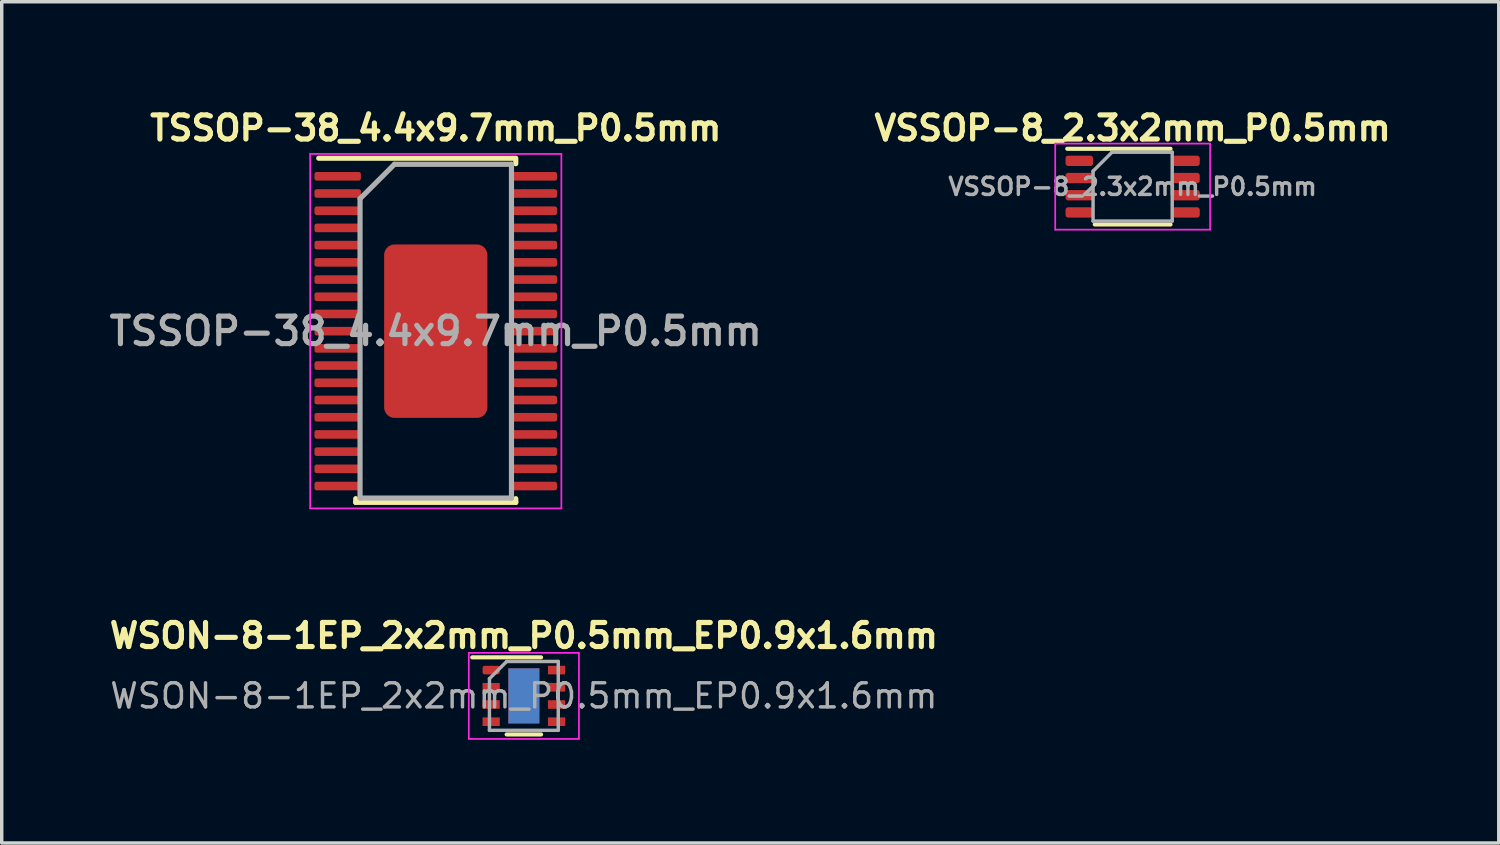
<source format=kicad_pcb>
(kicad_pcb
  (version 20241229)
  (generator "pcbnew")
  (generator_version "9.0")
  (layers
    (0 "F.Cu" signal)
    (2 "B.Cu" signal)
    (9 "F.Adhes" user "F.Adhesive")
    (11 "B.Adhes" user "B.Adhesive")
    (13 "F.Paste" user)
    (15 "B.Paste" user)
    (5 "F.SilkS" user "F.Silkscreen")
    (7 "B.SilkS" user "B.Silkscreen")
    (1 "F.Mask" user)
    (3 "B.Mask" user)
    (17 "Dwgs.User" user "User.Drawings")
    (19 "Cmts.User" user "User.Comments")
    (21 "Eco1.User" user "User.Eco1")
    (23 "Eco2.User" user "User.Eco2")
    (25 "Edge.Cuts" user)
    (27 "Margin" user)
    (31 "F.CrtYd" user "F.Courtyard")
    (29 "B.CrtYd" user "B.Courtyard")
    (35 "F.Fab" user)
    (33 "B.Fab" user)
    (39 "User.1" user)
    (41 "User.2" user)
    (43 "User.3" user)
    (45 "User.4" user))
  (footprint "WSON-8-1EP_2x2mm_P0.5mm_EP0.9x1.6mm"
    (layer "F.Cu")
    (at 12.172 17.171)
    (property "Reference" "WSON-8-1EP_2x2mm_P0.5mm_EP0.9x1.6mm" (at 0 -1.75 0) (layer "F.SilkS") (effects (font (size 0.7 0.7) (thickness 0.15))))
    (attr smd)
    (fp_line (start -1.5 -1.12) (end 0.5 -1.12) (stroke (width 0.12) (type solid)) (layer "F.SilkS"))
    (fp_line (start 0.5 1.12) (end -0.5 1.12) (stroke (width 0.12) (type solid)) (layer "F.SilkS"))
    (fp_line (start -1.6 -1.25) (end -1.6 1.25) (stroke (width 0.05) (type solid)) (layer "F.CrtYd"))
    (fp_line (start -1.6 -1.25) (end 1.6 -1.25) (stroke (width 0.05) (type solid)) (layer "F.CrtYd"))
    (fp_line (start -1.6 1.25) (end 1.6 1.25) (stroke (width 0.05) (type solid)) (layer "F.CrtYd"))
    (fp_line (start 1.6 -1.25) (end 1.6 1.25) (stroke (width 0.05) (type solid)) (layer "F.CrtYd"))
    (fp_line (start -1 1) (end -1 -0.5) (stroke (width 0.1) (type solid)) (layer "F.Fab"))
    (fp_line (start -0.5 -1) (end -1 -0.5) (stroke (width 0.1) (type solid)) (layer "F.Fab"))
    (fp_line (start -0.5 -1) (end 1 -1) (stroke (width 0.1) (type solid)) (layer "F.Fab"))
    (fp_line (start 1 -1) (end 1 1) (stroke (width 0.1) (type solid)) (layer "F.Fab"))
    (fp_line (start 1 1) (end -1 1) (stroke (width 0.1) (type solid)) (layer "F.Fab"))
    (fp_text user "${REFERENCE}" (at 0 0 0) (layer "F.Fab") (effects (font (size 0.7 0.7) (thickness 0.1))))
    (pad "" smd rect (at 0 -0.4) (size 0.75 0.65) (layers "F.Paste"))
    (pad "" smd rect (at 0 0.4) (size 0.75 0.65) (layers "F.Paste"))
    (pad "1" smd roundrect (at -0.95 -0.75) (size 0.5 0.25) (layers "F.Cu" "F.Mask" "F.Paste") (roundrect_rratio 0.25))
    (pad "2" smd rect (at -0.95 -0.25) (size 0.5 0.25) (layers "F.Cu" "F.Mask" "F.Paste"))
    (pad "3" smd rect (at -0.95 0.25) (size 0.5 0.25) (layers "F.Cu" "F.Mask" "F.Paste"))
    (pad "4" smd rect (at -0.95 0.75) (size 0.5 0.25) (layers "F.Cu" "F.Mask" "F.Paste"))
    (pad "5" smd rect (at 0.95 0.75) (size 0.5 0.25) (layers "F.Cu" "F.Mask" "F.Paste"))
    (pad "6" smd rect (at 0.95 0.25) (size 0.5 0.25) (layers "F.Cu" "F.Mask" "F.Paste"))
    (pad "7" smd rect (at 0.95 -0.25) (size 0.5 0.25) (layers "F.Cu" "F.Mask" "F.Paste"))
    (pad "8" smd rect (at 0.95 -0.75) (size 0.5 0.25) (layers "F.Cu" "F.Mask" "F.Paste"))
    (pad "9" smd rect (at 0 0) (size 0.9 1.6) (layers "F.Cu" "F.Mask"))
    (pad "9" smd rect (at 0 0) (size 0.9 1.6) (layers "B.Cu")))
  (footprint "VSSOP-8_2.3x2mm_P0.5mm"
    (layer "F.Cu")
    (at 29.862 2.373)
    (property "Reference" "VSSOP-8_2.3x2mm_P0.5mm" (at 0 -1.7 0) (layer "F.SilkS") (effects (font (size 0.7 0.7) (thickness 0.15))))
    (attr smd)
    (fp_line (start 1.1 -1.1) (end -1.9 -1.1) (stroke (width 0.12) (type solid)) (layer "F.SilkS"))
    (fp_line (start 1.1 1.1) (end -1.1 1.1) (stroke (width 0.12) (type solid)) (layer "F.SilkS"))
    (fp_line (start -2.25 -1.25) (end 2.25 -1.25) (stroke (width 0.05) (type solid)) (layer "F.CrtYd"))
    (fp_line (start -2.25 1.25) (end -2.25 -1.25) (stroke (width 0.05) (type solid)) (layer "F.CrtYd"))
    (fp_line (start 2.25 -1.25) (end 2.25 1.25) (stroke (width 0.05) (type solid)) (layer "F.CrtYd"))
    (fp_line (start 2.25 1.25) (end -2.25 1.25) (stroke (width 0.05) (type solid)) (layer "F.CrtYd"))
    (fp_line (start -1.15 1) (end -1.15 -0.45) (stroke (width 0.1) (type solid)) (layer "F.Fab"))
    (fp_line (start -0.6 -1) (end -1.15 -0.45) (stroke (width 0.1) (type solid)) (layer "F.Fab"))
    (fp_line (start -0.6 -1) (end 1.15 -1) (stroke (width 0.1) (type solid)) (layer "F.Fab"))
    (fp_line (start 1.15 -1) (end 1.15 1) (stroke (width 0.1) (type solid)) (layer "F.Fab"))
    (fp_line (start 1.15 1) (end -1.15 1) (stroke (width 0.1) (type solid)) (layer "F.Fab"))
    (fp_text user "${REFERENCE}" (at 0 0 0) (layer "F.Fab") (effects (font (size 0.5 0.5) (thickness 0.1))))
    (pad "1" smd roundrect (at -1.55 -0.75 270) (size 0.3 0.8) (layers "F.Cu" "F.Mask" "F.Paste") (roundrect_rratio 0.25))
    (pad "2" smd roundrect (at -1.55 -0.25 270) (size 0.3 0.8) (layers "F.Cu" "F.Mask" "F.Paste") (roundrect_rratio 0.25))
    (pad "3" smd roundrect (at -1.55 0.25 270) (size 0.3 0.8) (layers "F.Cu" "F.Mask" "F.Paste") (roundrect_rratio 0.25))
    (pad "4" smd roundrect (at -1.55 0.75 270) (size 0.3 0.8) (layers "F.Cu" "F.Mask" "F.Paste") (roundrect_rratio 0.25))
    (pad "5" smd roundrect (at 1.55 0.75 270) (size 0.3 0.8) (layers "F.Cu" "F.Mask" "F.Paste") (roundrect_rratio 0.25))
    (pad "6" smd roundrect (at 1.55 0.25 270) (size 0.3 0.8) (layers "F.Cu" "F.Mask" "F.Paste") (roundrect_rratio 0.25))
    (pad "7" smd roundrect (at 1.55 -0.25 270) (size 0.3 0.8) (layers "F.Cu" "F.Mask" "F.Paste") (roundrect_rratio 0.25))
    (pad "8" smd roundrect (at 1.55 -0.75 270) (size 0.3 0.8) (layers "F.Cu" "F.Mask" "F.Paste") (roundrect_rratio 0.25)))
  (footprint "TSSOP-38_4.4x9.7mm_P0.5mm"
    (layer "F.Cu")
    (at 9.612 6.573)
    (property "Reference" "TSSOP-38_4.4x9.7mm_P0.5mm" (at 0 -5.9 0) (layer "F.SilkS") (effects (font (size 0.7 0.7) (thickness 0.15))))
    (attr smd)
    (fp_line (start -3.4 -5.025) (end 2.325 -5.025) (stroke (width 0.15) (type solid)) (layer "F.SilkS"))
    (fp_line (start -2.325 4.975) (end -2.325 4.867) (stroke (width 0.15) (type solid)) (layer "F.SilkS"))
    (fp_line (start -2.325 4.975) (end 2.325 4.975) (stroke (width 0.15) (type solid)) (layer "F.SilkS"))
    (fp_line (start 2.325 -4.975) (end 2.325 -4.867) (stroke (width 0.15) (type solid)) (layer "F.SilkS"))
    (fp_line (start 2.325 4.975) (end 2.325 4.867) (stroke (width 0.15) (type solid)) (layer "F.SilkS"))
    (fp_poly (pts (xy -1.3 -1.2) (xy -0.9 -1.2) (xy -0.9 -1.9) (xy -1.3 -1.9)) (stroke (width 0.15) (type solid)) (fill yes) (layer "F.Paste"))
    (fp_poly (pts (xy -1.3 -0.2) (xy -0.9 -0.2) (xy -0.9 -0.9) (xy -1.3 -0.9)) (stroke (width 0.15) (type solid)) (fill yes) (layer "F.Paste"))
    (fp_poly (pts (xy -1.3 0.9) (xy -0.9 0.9) (xy -0.9 0.2) (xy -1.3 0.2)) (stroke (width 0.15) (type solid)) (fill yes) (layer "F.Paste"))
    (fp_poly (pts (xy -1.3 1.9) (xy -0.9 1.9) (xy -0.9 1.2) (xy -1.3 1.2)) (stroke (width 0.15) (type solid)) (fill yes) (layer "F.Paste"))
    (fp_poly (pts (xy -0.6 -1.2) (xy -0.2 -1.2) (xy -0.2 -1.9) (xy -0.6 -1.9)) (stroke (width 0.15) (type solid)) (fill yes) (layer "F.Paste"))
    (fp_poly (pts (xy -0.6 -0.2) (xy -0.2 -0.2) (xy -0.2 -0.9) (xy -0.6 -0.9)) (stroke (width 0.15) (type solid)) (fill yes) (layer "F.Paste"))
    (fp_poly (pts (xy -0.6 0.9) (xy -0.2 0.9) (xy -0.2 0.2) (xy -0.6 0.2)) (stroke (width 0.15) (type solid)) (fill yes) (layer "F.Paste"))
    (fp_poly (pts (xy -0.6 1.9) (xy -0.2 1.9) (xy -0.2 1.2) (xy -0.6 1.2)) (stroke (width 0.15) (type solid)) (fill yes) (layer "F.Paste"))
    (fp_poly (pts (xy 0.1 -1.2) (xy 0.5 -1.2) (xy 0.5 -1.9) (xy 0.1 -1.9)) (stroke (width 0.15) (type solid)) (fill yes) (layer "F.Paste"))
    (fp_poly (pts (xy 0.1 -0.2) (xy 0.5 -0.2) (xy 0.5 -0.9) (xy 0.1 -0.9)) (stroke (width 0.15) (type solid)) (fill yes) (layer "F.Paste"))
    (fp_poly (pts (xy 0.1 0.9) (xy 0.5 0.9) (xy 0.5 0.2) (xy 0.1 0.2)) (stroke (width 0.15) (type solid)) (fill yes) (layer "F.Paste"))
    (fp_poly (pts (xy 0.1 1.9) (xy 0.5 1.9) (xy 0.5 1.2) (xy 0.1 1.2)) (stroke (width 0.15) (type solid)) (fill yes) (layer "F.Paste"))
    (fp_poly (pts (xy 0.8 -1.2) (xy 1.2 -1.2) (xy 1.2 -1.9) (xy 0.8 -1.9)) (stroke (width 0.15) (type solid)) (fill yes) (layer "F.Paste"))
    (fp_poly (pts (xy 0.8 -0.2) (xy 1.2 -0.2) (xy 1.2 -0.9) (xy 0.8 -0.9)) (stroke (width 0.15) (type solid)) (fill yes) (layer "F.Paste"))
    (fp_poly (pts (xy 0.8 0.9) (xy 1.2 0.9) (xy 1.2 0.2) (xy 0.8 0.2)) (stroke (width 0.15) (type solid)) (fill yes) (layer "F.Paste"))
    (fp_poly (pts (xy 0.8 1.9) (xy 1.2 1.9) (xy 1.2 1.2) (xy 0.8 1.2)) (stroke (width 0.15) (type solid)) (fill yes) (layer "F.Paste"))
    (fp_line (start -3.65 -5.15) (end -3.65 5.15) (stroke (width 0.05) (type solid)) (layer "F.CrtYd"))
    (fp_line (start -3.65 -5.15) (end 3.65 -5.15) (stroke (width 0.05) (type solid)) (layer "F.CrtYd"))
    (fp_line (start -3.65 5.15) (end 3.65 5.15) (stroke (width 0.05) (type solid)) (layer "F.CrtYd"))
    (fp_line (start 3.65 -5.15) (end 3.65 5.15) (stroke (width 0.05) (type solid)) (layer "F.CrtYd"))
    (fp_line (start -2.2 -3.85) (end -1.2 -4.85) (stroke (width 0.15) (type solid)) (layer "F.Fab"))
    (fp_line (start -2.2 4.85) (end -2.2 -3.85) (stroke (width 0.15) (type solid)) (layer "F.Fab"))
    (fp_line (start -1.2 -4.85) (end 2.2 -4.85) (stroke (width 0.15) (type solid)) (layer "F.Fab"))
    (fp_line (start 2.2 -4.85) (end 2.2 4.85) (stroke (width 0.15) (type solid)) (layer "F.Fab"))
    (fp_line (start 2.2 4.85) (end -2.2 4.85) (stroke (width 0.15) (type solid)) (layer "F.Fab"))
    (fp_text user "${REFERENCE}" (at 0 0 0) (layer "F.Fab") (effects (font (size 0.8 0.8) (thickness 0.15))))
    (pad "1" smd roundrect (at -2.85 -4.5) (size 1.35 0.25) (layers "F.Cu" "F.Mask" "F.Paste") (roundrect_rratio 0.25))
    (pad "2" smd roundrect (at -2.85 -4) (size 1.35 0.25) (layers "F.Cu" "F.Mask" "F.Paste") (roundrect_rratio 0.25))
    (pad "3" smd roundrect (at -2.85 -3.5) (size 1.35 0.25) (layers "F.Cu" "F.Mask" "F.Paste") (roundrect_rratio 0.25))
    (pad "4" smd roundrect (at -2.85 -3) (size 1.35 0.25) (layers "F.Cu" "F.Mask" "F.Paste") (roundrect_rratio 0.25))
    (pad "5" smd roundrect (at -2.85 -2.5) (size 1.35 0.25) (layers "F.Cu" "F.Mask" "F.Paste") (roundrect_rratio 0.25))
    (pad "6" smd roundrect (at -2.85 -2) (size 1.35 0.25) (layers "F.Cu" "F.Mask" "F.Paste") (roundrect_rratio 0.25))
    (pad "7" smd roundrect (at -2.85 -1.5) (size 1.35 0.25) (layers "F.Cu" "F.Mask" "F.Paste") (roundrect_rratio 0.25))
    (pad "8" smd roundrect (at -2.85 -1) (size 1.35 0.25) (layers "F.Cu" "F.Mask" "F.Paste") (roundrect_rratio 0.25))
    (pad "9" smd roundrect (at -2.85 -0.5) (size 1.35 0.25) (layers "F.Cu" "F.Mask" "F.Paste") (roundrect_rratio 0.25))
    (pad "10" smd roundrect (at -2.85 0) (size 1.35 0.25) (layers "F.Cu" "F.Mask" "F.Paste") (roundrect_rratio 0.25))
    (pad "11" smd roundrect (at -2.85 0.5) (size 1.35 0.25) (layers "F.Cu" "F.Mask" "F.Paste") (roundrect_rratio 0.25))
    (pad "12" smd roundrect (at -2.85 1) (size 1.35 0.25) (layers "F.Cu" "F.Mask" "F.Paste") (roundrect_rratio 0.25))
    (pad "13" smd roundrect (at -2.85 1.5) (size 1.35 0.25) (layers "F.Cu" "F.Mask" "F.Paste") (roundrect_rratio 0.25))
    (pad "14" smd roundrect (at -2.85 2) (size 1.35 0.25) (layers "F.Cu" "F.Mask" "F.Paste") (roundrect_rratio 0.25))
    (pad "15" smd roundrect (at -2.85 2.5) (size 1.35 0.25) (layers "F.Cu" "F.Mask" "F.Paste") (roundrect_rratio 0.25))
    (pad "16" smd roundrect (at -2.85 3) (size 1.35 0.25) (layers "F.Cu" "F.Mask" "F.Paste") (roundrect_rratio 0.25))
    (pad "17" smd roundrect (at -2.85 3.5) (size 1.35 0.25) (layers "F.Cu" "F.Mask" "F.Paste") (roundrect_rratio 0.25))
    (pad "18" smd roundrect (at -2.85 4) (size 1.35 0.25) (layers "F.Cu" "F.Mask" "F.Paste") (roundrect_rratio 0.25))
    (pad "19" smd roundrect (at -2.85 4.5) (size 1.35 0.25) (layers "F.Cu" "F.Mask" "F.Paste") (roundrect_rratio 0.25))
    (pad "20" smd roundrect (at 2.85 4.5) (size 1.35 0.25) (layers "F.Cu" "F.Mask" "F.Paste") (roundrect_rratio 0.25))
    (pad "21" smd roundrect (at 2.85 4) (size 1.35 0.25) (layers "F.Cu" "F.Mask" "F.Paste") (roundrect_rratio 0.25))
    (pad "22" smd roundrect (at 2.85 3.5) (size 1.35 0.25) (layers "F.Cu" "F.Mask" "F.Paste") (roundrect_rratio 0.25))
    (pad "23" smd roundrect (at 2.85 3) (size 1.35 0.25) (layers "F.Cu" "F.Mask" "F.Paste") (roundrect_rratio 0.25))
    (pad "24" smd roundrect (at 2.85 2.5) (size 1.35 0.25) (layers "F.Cu" "F.Mask" "F.Paste") (roundrect_rratio 0.25))
    (pad "25" smd roundrect (at 2.85 2) (size 1.35 0.25) (layers "F.Cu" "F.Mask" "F.Paste") (roundrect_rratio 0.25))
    (pad "26" smd roundrect (at 2.85 1.5) (size 1.35 0.25) (layers "F.Cu" "F.Mask" "F.Paste") (roundrect_rratio 0.25))
    (pad "27" smd roundrect (at 2.85 1) (size 1.35 0.25) (layers "F.Cu" "F.Mask" "F.Paste") (roundrect_rratio 0.25))
    (pad "28" smd roundrect (at 2.85 0.5) (size 1.35 0.25) (layers "F.Cu" "F.Mask" "F.Paste") (roundrect_rratio 0.25))
    (pad "29" smd roundrect (at 2.85 0) (size 1.35 0.25) (layers "F.Cu" "F.Mask" "F.Paste") (roundrect_rratio 0.25))
    (pad "30" smd roundrect (at 2.85 -0.5) (size 1.35 0.25) (layers "F.Cu" "F.Mask" "F.Paste") (roundrect_rratio 0.25))
    (pad "31" smd roundrect (at 2.85 -1) (size 1.35 0.25) (layers "F.Cu" "F.Mask" "F.Paste") (roundrect_rratio 0.25))
    (pad "32" smd roundrect (at 2.85 -1.5) (size 1.35 0.25) (layers "F.Cu" "F.Mask" "F.Paste") (roundrect_rratio 0.25))
    (pad "33" smd roundrect (at 2.85 -2) (size 1.35 0.25) (layers "F.Cu" "F.Mask" "F.Paste") (roundrect_rratio 0.25))
    (pad "34" smd roundrect (at 2.85 -2.5) (size 1.35 0.25) (layers "F.Cu" "F.Mask" "F.Paste") (roundrect_rratio 0.25))
    (pad "35" smd roundrect (at 2.85 -3) (size 1.35 0.25) (layers "F.Cu" "F.Mask" "F.Paste") (roundrect_rratio 0.25))
    (pad "36" smd roundrect (at 2.85 -3.5) (size 1.35 0.25) (layers "F.Cu" "F.Mask" "F.Paste") (roundrect_rratio 0.25))
    (pad "37" smd roundrect (at 2.85 -4) (size 1.35 0.25) (layers "F.Cu" "F.Mask" "F.Paste") (roundrect_rratio 0.25))
    (pad "38" smd roundrect (at 2.85 -4.5) (size 1.35 0.25) (layers "F.Cu" "F.Mask" "F.Paste") (roundrect_rratio 0.25))
    (pad "39" smd roundrect (at 0 0) (size 3 5.04) (layers "F.Cu" "F.Mask") (roundrect_rratio 0.1)))
  (gr_rect
    (start -3 -3)
    (end 40.5 21.445)
    (stroke (width 0.1) (type default))
    (fill no)
    (layer "Edge.Cuts")))
</source>
